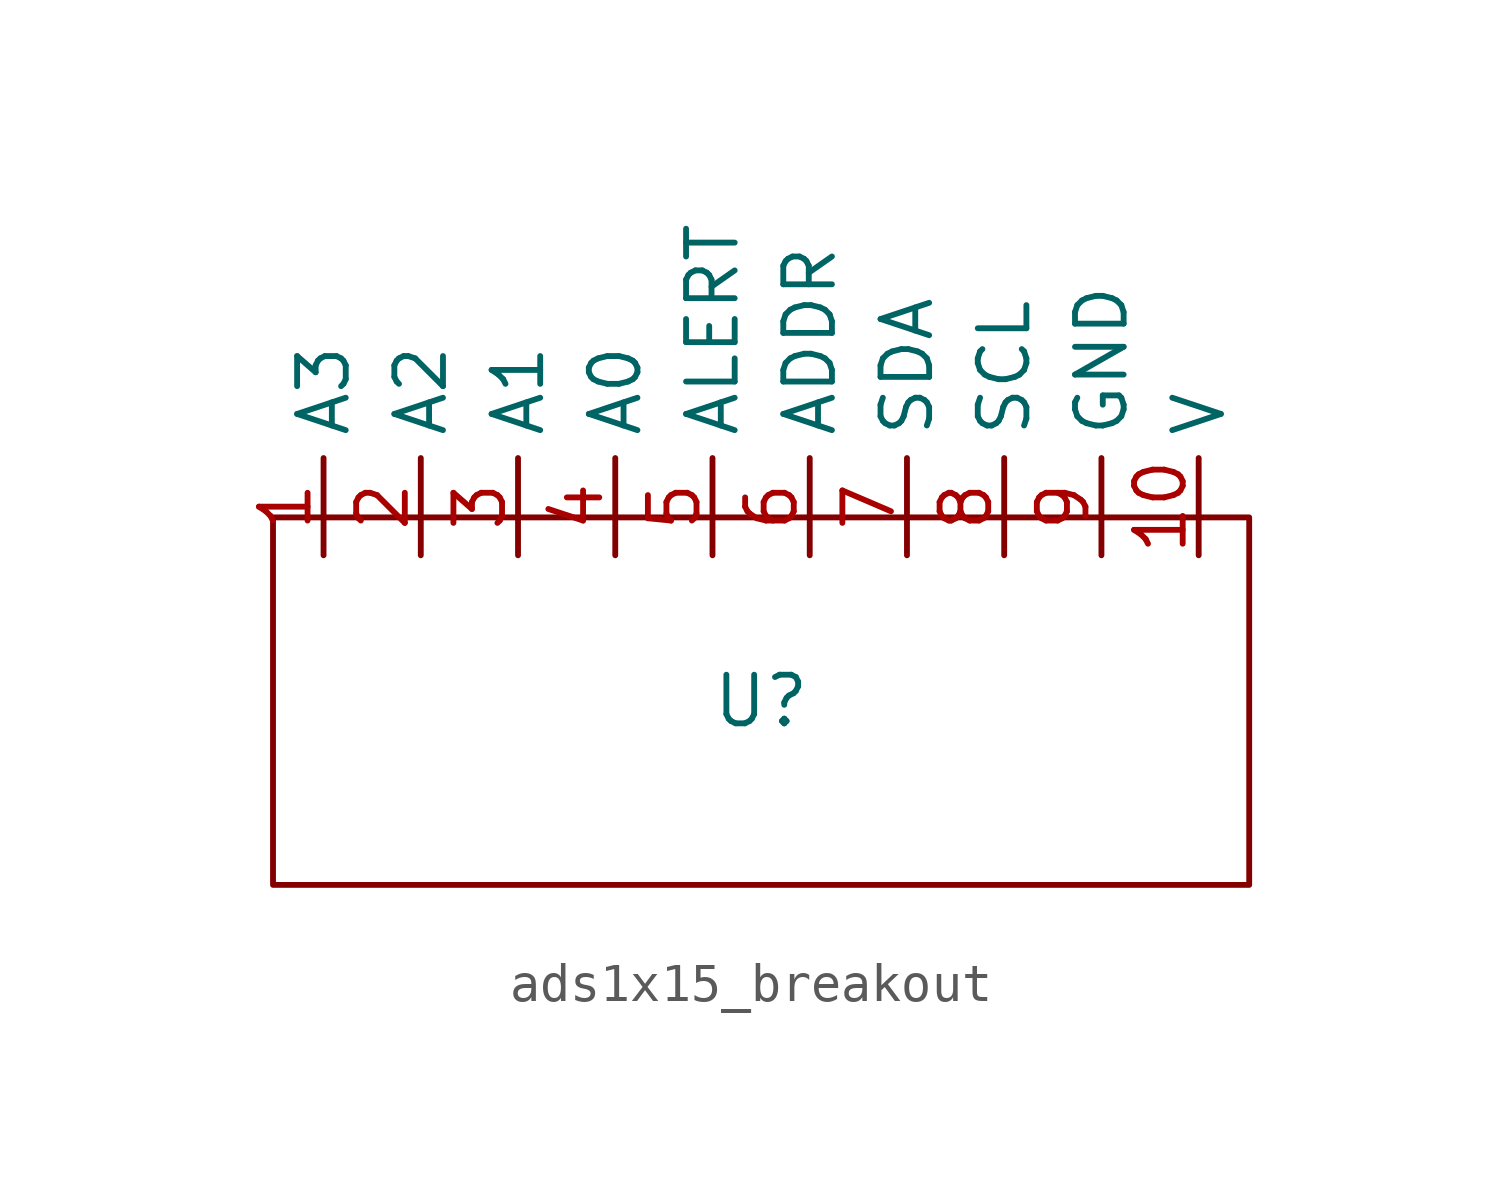
<source format=kicad_sym>
(kicad_symbol_lib
  (version 20231120)
  (generator "kicad_symbol_editor")
  (generator_version "8.0")
  (symbol "ads1x15_breakout"
    (property "Reference" "U"
      (at 0 0 0)
      (effects (font (size 1.27 1.27))))
    (property "Value" ""
      (at 0 0 0)
      (effects (font (size 1.27 1.27))))
    (symbol "ads1x15_breakout_0_1"
      (rectangle (start -12.75 4.8) (end 12.75 -4.8) (stroke (width 0) (type default)) (fill (type none))))
    (symbol "ads1x15_breakout_1_1"
      (pin input line (at -11.43 3.81 90) (length 2.54) (name "A3" (effects (font (size 1.27 1.27)))) (number "1" (effects (font (size 1.27 1.27)))))
      (pin input line (at 11.43 3.81 90) (length 2.54) (name "V" (effects (font (size 1.27 1.27)))) (number "10" (effects (font (size 1.27 1.27)))))
      (pin input line (at -8.89 3.81 90) (length 2.54) (name "A2" (effects (font (size 1.27 1.27)))) (number "2" (effects (font (size 1.27 1.27)))))
      (pin input line (at -6.35 3.81 90) (length 2.54) (name "A1" (effects (font (size 1.27 1.27)))) (number "3" (effects (font (size 1.27 1.27)))))
      (pin input line (at -3.81 3.81 90) (length 2.54) (name "A0" (effects (font (size 1.27 1.27)))) (number "4" (effects (font (size 1.27 1.27)))))
      (pin input line (at -1.27 3.81 90) (length 2.54) (name "ALERT" (effects (font (size 1.27 1.27)))) (number "5" (effects (font (size 1.27 1.27)))))
      (pin input line (at 1.27 3.81 90) (length 2.54) (name "ADDR" (effects (font (size 1.27 1.27)))) (number "6" (effects (font (size 1.27 1.27)))))
      (pin input line (at 3.81 3.81 90) (length 2.54) (name "SDA" (effects (font (size 1.27 1.27)))) (number "7" (effects (font (size 1.27 1.27)))))
      (pin input line (at 6.35 3.81 90) (length 2.54) (name "SCL" (effects (font (size 1.27 1.27)))) (number "8" (effects (font (size 1.27 1.27)))))
      (pin input line (at 8.89 3.81 90) (length 2.54) (name "GND" (effects (font (size 1.27 1.27)))) (number "9" (effects (font (size 1.27 1.27))))))))
</source>
